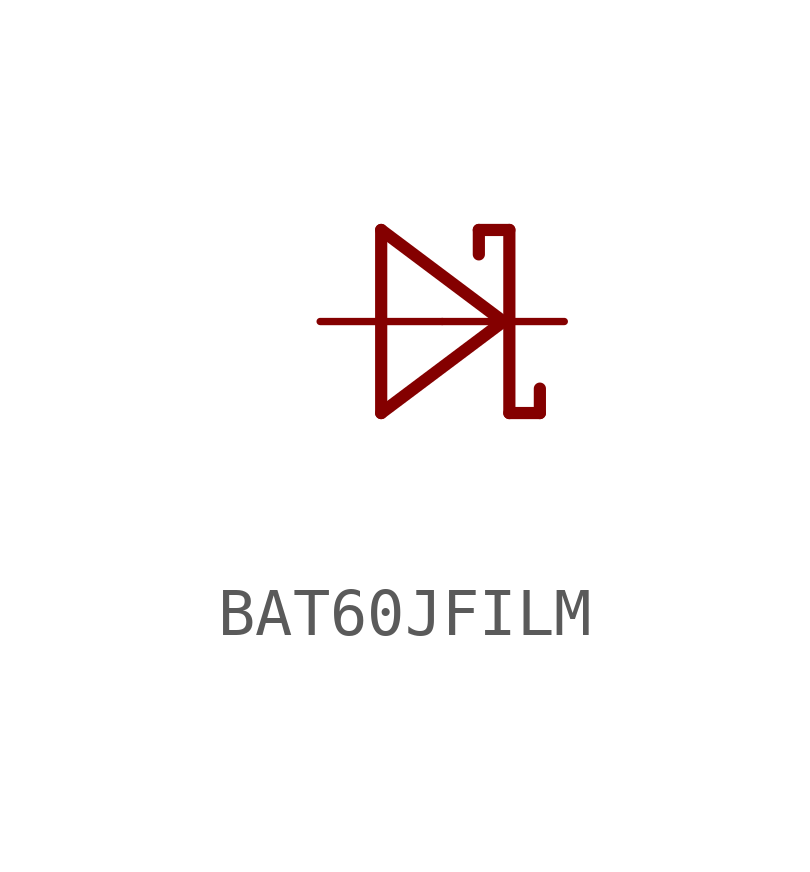
<source format=kicad_sym>
(kicad_symbol_lib
  (version 20220914)
  (generator kicad_symbol_editor)
  (symbol "BAT60JFILM"
    (property "Reference" ""
      (at -2.946 2.642 0)
      (effects (font (size 1.778 1.511)) (justify left bottom) hide))
    (property "Value" ""
      (at -4.47 -4.496 0)
      (effects (font (size 1.778 1.511)) (justify left bottom)))
    (property "ki_locked" ""
      (at 0 0 0)
      (effects (font (size 1.27 1.27))))
    (symbol "BAT60JFILM_1_0"
      (polyline (pts (xy -1.27 -1.905) (xy 1.27 0)) (stroke (width 0.254) (type solid)) (fill (type none)))
      (polyline (pts (xy -1.27 1.905) (xy -1.27 -1.905)) (stroke (width 0.254) (type solid)) (fill (type none)))
      (polyline (pts (xy 0.762 1.905) (xy 0.762 1.397)) (stroke (width 0.254) (type solid)) (fill (type none)))
      (polyline (pts (xy 1.27 0) (xy -1.27 1.905)) (stroke (width 0.254) (type solid)) (fill (type none)))
      (polyline (pts (xy 1.397 -1.905) (xy 2.032 -1.905)) (stroke (width 0.254) (type solid)) (fill (type none)))
      (polyline (pts (xy 1.397 1.905) (xy 0.762 1.905)) (stroke (width 0.254) (type solid)) (fill (type none)))
      (polyline (pts (xy 1.397 1.905) (xy 1.397 -1.905)) (stroke (width 0.254) (type solid)) (fill (type none)))
      (polyline (pts (xy 2.032 -1.397) (xy 2.032 -1.905)) (stroke (width 0.254) (type solid)) (fill (type none)))
      (pin passive line (at -2.54 0 0) (length 2.54) (name "A" (effects (font (size 0 0)))) (number "A" (effects (font (size 0 0)))))
      (pin passive line (at 2.54 0 180) (length 2.54) (name "C" (effects (font (size 0 0)))) (number "C" (effects (font (size 0 0))))))))
</source>
